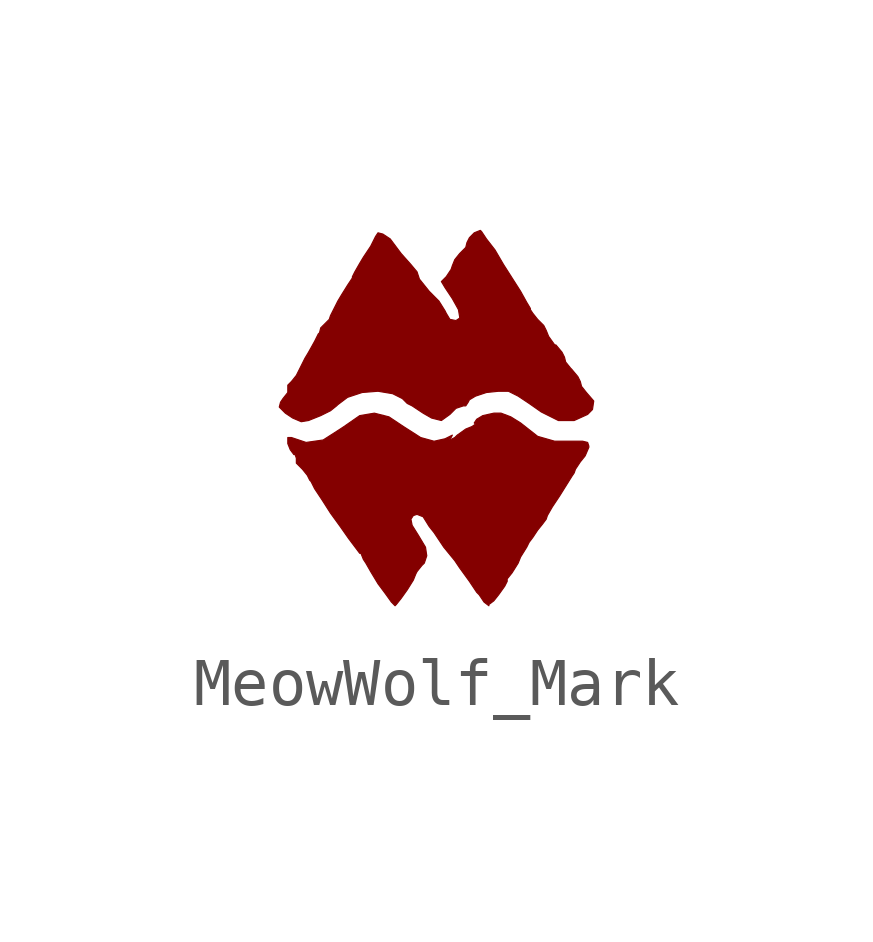
<source format=kicad_sym>
(kicad_symbol_lib
  (version 20220914)
  (generator kicad_symbol_editor)
  (symbol "MeowWolf_Mark"
    (pin_names
      (offset 1.016))
    (property "Reference" "LOGO"
      (at 0 -5.08 0)
      (effects (font (size 1.524 1.524)) hide))
    (symbol "MeowWolf_Mark_0_0"
      (polyline (pts (xy 1.092 -3.886) (xy 1.194 -3.81) (xy 1.295 -3.683) (xy 1.422 -3.505) (xy 1.473 -3.404) (xy 1.473 -3.353) (xy 1.575 -3.226) (xy 1.702 -3.023) (xy 1.753 -2.896) (xy 1.88 -2.692) (xy 1.93 -2.591) (xy 2.007 -2.489) (xy 2.108 -2.337) (xy 2.21 -2.21) (xy 2.286 -2.108) (xy 2.311 -2.032) (xy 2.413 -1.854) (xy 2.565 -1.626) (xy 2.819 -1.219) (xy 2.87 -1.143) (xy 2.896 -1.067) (xy 2.997 -0.914) (xy 3.099 -0.787) (xy 3.175 -0.61) (xy 3.175 -0.584) (xy 3.15 -0.508) (xy 3.048 -0.483) (xy 2.464 -0.483) (xy 2.108 -0.381) (xy 1.753 -0.102) (xy 1.549 0.025) (xy 1.346 0.102) (xy 1.194 0.102) (xy 0.965 0.051) (xy 0.838 -0.025) (xy 0.787 -0.102) (xy 0.813 -0.127) (xy 0.737 -0.178) (xy 0.61 -0.229) (xy 0.432 -0.356) (xy 0.381 -0.406) (xy 0.279 -0.457) (xy 0.279 -0.432) (xy 0.305 -0.406) (xy 0.33 -0.356) (xy 0.178 -0.432) (xy -0.051 -0.483) (xy -0.33 -0.406) (xy -0.686 -0.178) (xy -0.991 0.025) (xy -1.295 0.102) (xy -1.6 0.051) (xy -1.93 -0.178) (xy -2.007 -0.229) (xy -2.362 -0.457) (xy -2.718 -0.508) (xy -3.023 -0.406) (xy -3.099 -0.406) (xy -3.099 -0.533) (xy -3.048 -0.66) (xy -2.972 -0.762) (xy -2.946 -0.762) (xy -2.921 -0.838) (xy -2.921 -0.94) (xy -2.794 -1.067) (xy -2.692 -1.194) (xy -2.642 -1.295) (xy -2.616 -1.321) (xy -2.54 -1.473) (xy -2.388 -1.702) (xy -2.21 -1.981) (xy -2.007 -2.261) (xy -1.829 -2.515) (xy -1.6 -2.819) (xy -1.575 -2.819) (xy -1.524 -2.946) (xy -1.473 -3.023) (xy -1.372 -3.2) (xy -1.219 -3.454) (xy -1.067 -3.658) (xy -0.94 -3.835) (xy -0.864 -3.912) (xy -0.838 -3.886) (xy -0.737 -3.759) (xy -0.61 -3.581) (xy -0.483 -3.378) (xy -0.432 -3.251) (xy -0.406 -3.2) (xy -0.305 -3.073) (xy -0.254 -3.023) (xy -0.203 -2.87) (xy -0.229 -2.692) (xy -0.381 -2.438) (xy -0.508 -2.235) (xy -0.533 -2.108) (xy -0.483 -2.032) (xy -0.406 -2.007) (xy -0.279 -2.057) (xy -0.152 -2.261) (xy -0.051 -2.388) (xy 0.152 -2.692) (xy 0.381 -2.972) (xy 0.483 -3.124) (xy 0.686 -3.404) (xy 0.838 -3.632) (xy 0.889 -3.683) (xy 0.991 -3.835) (xy 1.092 -3.912) (xy 1.092 -3.886)) (stroke (width 0.025) (type solid)) (fill (type outline)))
      (polyline (pts (xy -2.667 -0.051) (xy -2.413 0.051) (xy -2.21 0.152) (xy -2.083 0.254) (xy -2.057 0.279) (xy -1.854 0.432) (xy -1.549 0.533) (xy -1.219 0.559) (xy -0.914 0.508) (xy -0.711 0.406) (xy -0.61 0.305) (xy -0.508 0.254) (xy -0.279 0.102) (xy -0.102 0) (xy 0.102 -0.051) (xy 0.279 0.076) (xy 0.406 0.203) (xy 0.559 0.254) (xy 0.61 0.254) (xy 0.66 0.33) (xy 0.686 0.381) (xy 0.813 0.457) (xy 1.041 0.533) (xy 1.295 0.559) (xy 1.499 0.559) (xy 1.702 0.457) (xy 1.93 0.305) (xy 2.184 0.127) (xy 2.54 -0.051) (xy 2.87 -0.051) (xy 3.15 0.076) (xy 3.251 0.178) (xy 3.277 0.356) (xy 3.124 0.533) (xy 3.023 0.66) (xy 2.997 0.762) (xy 2.946 0.864) (xy 2.819 1.016) (xy 2.794 1.041) (xy 2.692 1.168) (xy 2.667 1.27) (xy 2.616 1.372) (xy 2.489 1.524) (xy 2.464 1.524) (xy 2.337 1.702) (xy 2.286 1.829) (xy 2.235 1.93) (xy 2.108 2.057) (xy 2.007 2.184) (xy 1.956 2.261) (xy 1.956 2.286) (xy 1.88 2.413) (xy 1.753 2.642) (xy 1.397 3.2) (xy 1.219 3.505) (xy 1.041 3.734) (xy 0.94 3.886) (xy 0.914 3.912) (xy 0.787 3.861) (xy 0.686 3.759) (xy 0.635 3.658) (xy 0.61 3.556) (xy 0.483 3.429) (xy 0.381 3.302) (xy 0.33 3.175) (xy 0.305 3.099) (xy 0.203 2.946) (xy 0.102 2.845) (xy 0.178 2.718) (xy 0.33 2.489) (xy 0.457 2.261) (xy 0.483 2.108) (xy 0.483 2.083) (xy 0.406 2.032) (xy 0.279 2.057) (xy 0.203 2.184) (xy 0.178 2.235) (xy 0.051 2.438) (xy -0.152 2.642) (xy -0.356 2.896) (xy -0.406 3.048) (xy -0.533 3.2) (xy -0.737 3.429) (xy -0.965 3.734) (xy -1.118 3.835) (xy -1.219 3.861) (xy -1.27 3.785) (xy -1.372 3.581) (xy -1.524 3.353) (xy -1.6 3.226) (xy -1.702 3.048) (xy -1.753 2.946) (xy -1.753 2.921) (xy -1.854 2.769) (xy -1.981 2.565) (xy -2.057 2.438) (xy -2.21 2.134) (xy -2.235 2.057) (xy -2.413 1.88) (xy -2.438 1.778) (xy -2.464 1.753) (xy -2.54 1.6) (xy -2.667 1.372) (xy -2.743 1.245) (xy -2.921 0.889) (xy -3.023 0.762) (xy -3.099 0.686) (xy -3.099 0.533) (xy -3.2 0.406) (xy -3.251 0.33) (xy -3.277 0.229) (xy -3.15 0.102) (xy -2.997 0) (xy -2.819 -0.076) (xy -2.667 -0.051)) (stroke (width 0.025) (type solid)) (fill (type outline))))))
</source>
